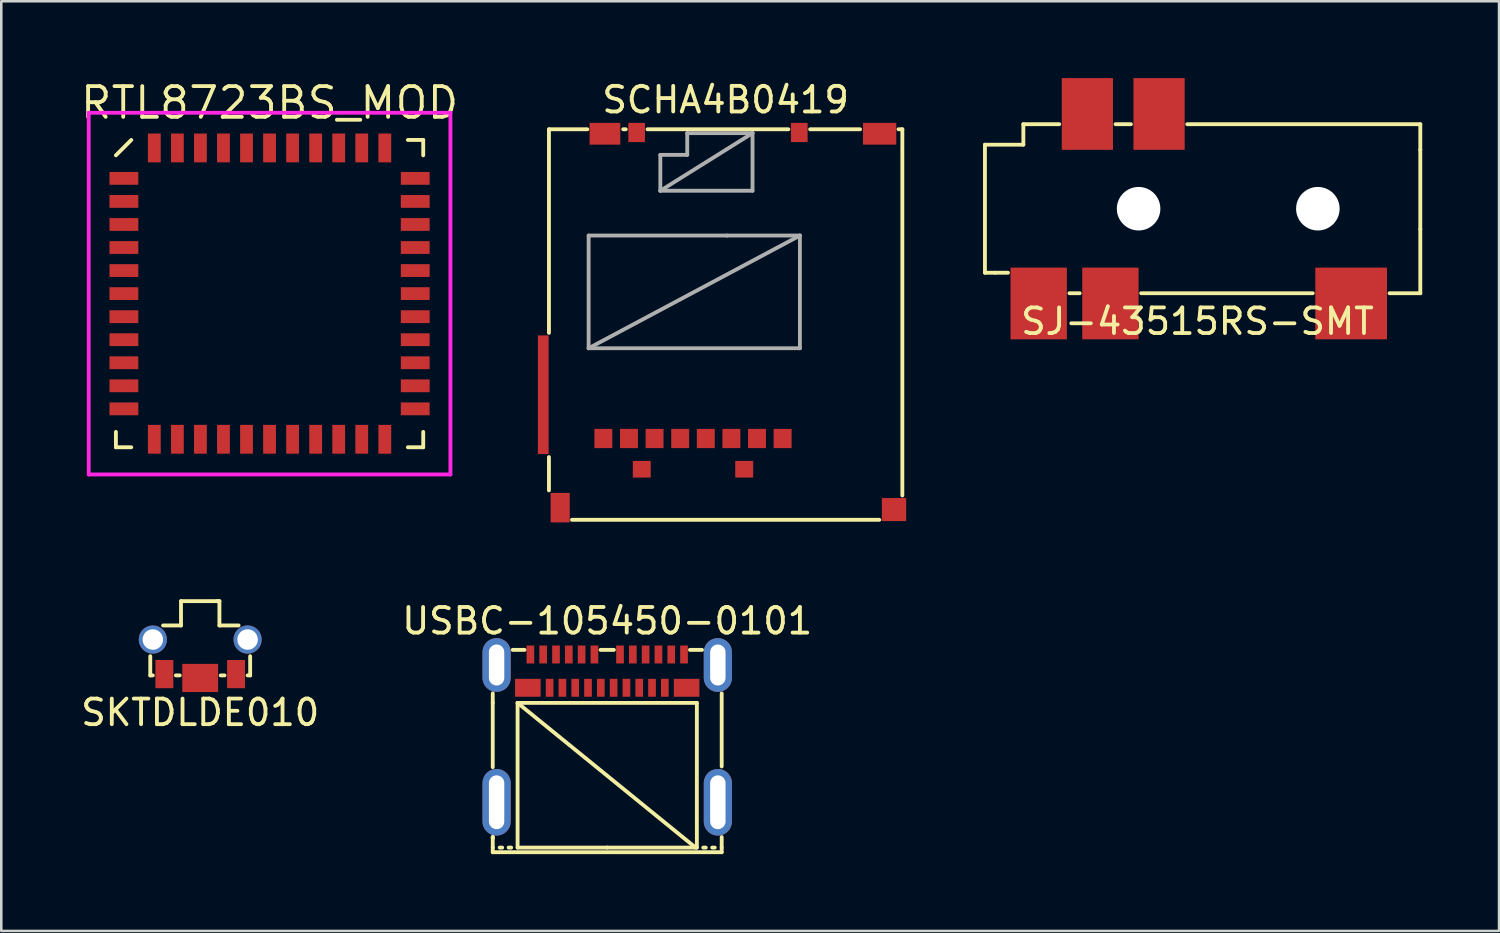
<source format=kicad_pcb>
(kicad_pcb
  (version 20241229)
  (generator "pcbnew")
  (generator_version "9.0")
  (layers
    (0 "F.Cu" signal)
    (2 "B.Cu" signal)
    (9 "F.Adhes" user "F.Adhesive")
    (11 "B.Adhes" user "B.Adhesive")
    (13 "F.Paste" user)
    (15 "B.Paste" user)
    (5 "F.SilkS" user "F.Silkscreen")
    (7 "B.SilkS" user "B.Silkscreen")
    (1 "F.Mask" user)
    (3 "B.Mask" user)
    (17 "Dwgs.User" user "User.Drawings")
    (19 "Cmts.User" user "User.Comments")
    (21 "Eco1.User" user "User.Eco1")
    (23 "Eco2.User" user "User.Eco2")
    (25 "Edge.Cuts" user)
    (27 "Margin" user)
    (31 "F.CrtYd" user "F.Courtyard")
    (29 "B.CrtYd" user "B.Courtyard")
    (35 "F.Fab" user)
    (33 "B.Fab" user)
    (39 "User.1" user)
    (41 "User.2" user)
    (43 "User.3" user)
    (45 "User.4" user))
  (footprint "SCHA4B0419"
    (layer "F.Cu")
    (at 25.285 1.998)
    (property "Reference" "SCHA4B0419" (at 0 -1.15 0) (layer "F.SilkS") (effects (font (size 1 1) (thickness 0.15))))
    (attr through_hole)
    (fp_line (start -6.9 0) (end -6.9 7.95) (stroke (width 0.15) (type solid)) (layer "F.SilkS"))
    (fp_line (start -6.9 12.8) (end -6.9 14.1) (stroke (width 0.15) (type solid)) (layer "F.SilkS"))
    (fp_line (start -6 15.25) (end 6 15.25) (stroke (width 0.15) (type solid)) (layer "F.SilkS"))
    (fp_line (start -5.4 0) (end -6.9 0) (stroke (width 0.15) (type solid)) (layer "F.SilkS"))
    (fp_line (start -3.9 0) (end -4 0) (stroke (width 0.15) (type solid)) (layer "F.SilkS"))
    (fp_line (start 2.45 0) (end -3.05 0) (stroke (width 0.15) (type solid)) (layer "F.SilkS"))
    (fp_line (start 5.25 0) (end 3.3 0) (stroke (width 0.15) (type solid)) (layer "F.SilkS"))
    (fp_line (start 6.9 0) (end 6.75 0) (stroke (width 0.15) (type solid)) (layer "F.SilkS"))
    (fp_line (start 6.9 14.3) (end 6.9 0) (stroke (width 0.15) (type solid)) (layer "F.SilkS"))
    (fp_line (start -5.35 4.15) (end -5.35 8.55) (stroke (width 0.15) (type solid)) (layer "F.Fab"))
    (fp_line (start -5.35 8.55) (end 2.9 4.15) (stroke (width 0.15) (type solid)) (layer "F.Fab"))
    (fp_line (start -5.35 8.55) (end 2.9 8.55) (stroke (width 0.15) (type solid)) (layer "F.Fab"))
    (fp_line (start -2.55 1) (end -1.5 1) (stroke (width 0.15) (type solid)) (layer "F.Fab"))
    (fp_line (start -2.55 2.4) (end -2.55 1) (stroke (width 0.15) (type solid)) (layer "F.Fab"))
    (fp_line (start -2.55 2.4) (end 1.05 0.15) (stroke (width 0.15) (type solid)) (layer "F.Fab"))
    (fp_line (start -1.5 0.15) (end 1.05 0.15) (stroke (width 0.15) (type solid)) (layer "F.Fab"))
    (fp_line (start -1.5 1) (end -1.5 0.15) (stroke (width 0.15) (type solid)) (layer "F.Fab"))
    (fp_line (start 0.05 4.15) (end -5.35 4.15) (stroke (width 0.15) (type solid)) (layer "F.Fab"))
    (fp_line (start 1.05 0.15) (end 1.05 2.4) (stroke (width 0.15) (type solid)) (layer "F.Fab"))
    (fp_line (start 1.05 2.4) (end -2.55 2.4) (stroke (width 0.15) (type solid)) (layer "F.Fab"))
    (fp_line (start 2.9 4.15) (end 0.05 4.15) (stroke (width 0.15) (type solid)) (layer "F.Fab"))
    (fp_line (start 2.9 8.55) (end 2.9 4.15) (stroke (width 0.15) (type solid)) (layer "F.Fab"))
    (pad "1" smd rect (at 2.225 12.075) (size 0.7 0.75) (layers "F.Cu" "F.Mask" "F.Paste"))
    (pad "2" smd rect (at 1.225 12.075) (size 0.7 0.75) (layers "F.Cu" "F.Mask" "F.Paste"))
    (pad "3" smd rect (at 0.225 12.075) (size 0.7 0.75) (layers "F.Cu" "F.Mask" "F.Paste"))
    (pad "4" smd rect (at -0.775 12.075) (size 0.7 0.75) (layers "F.Cu" "F.Mask" "F.Paste"))
    (pad "5" smd rect (at -1.775 12.075) (size 0.7 0.75) (layers "F.Cu" "F.Mask" "F.Paste"))
    (pad "6" smd rect (at -2.775 12.075) (size 0.7 0.75) (layers "F.Cu" "F.Mask" "F.Paste"))
    (pad "7" smd rect (at -3.775 12.075) (size 0.7 0.75) (layers "F.Cu" "F.Mask" "F.Paste"))
    (pad "8" smd rect (at -4.775 12.075) (size 0.7 0.75) (layers "F.Cu" "F.Mask" "F.Paste"))
    (pad "S" smd rect (at -7.122 10.365) (size 0.42 4.63) (layers "F.Cu" "F.Mask" "F.Paste"))
    (pad "S" smd rect (at -6.46 14.775) (size 0.745 1.15) (layers "F.Cu" "F.Mask" "F.Paste"))
    (pad "S" smd rect (at -4.713 0.175) (size 1.2 0.85) (layers "F.Cu" "F.Mask" "F.Paste"))
    (pad "S" smd rect (at -3.475 0.125) (size 0.65 0.75) (layers "F.Cu" "F.Mask" "F.Paste"))
    (pad "S" smd rect (at -3.275 13.275) (size 0.7 0.65) (layers "F.Cu" "F.Mask" "F.Paste"))
    (pad "S" smd rect (at 0.725 13.275) (size 0.7 0.65) (layers "F.Cu" "F.Mask" "F.Paste"))
    (pad "S" smd rect (at 6.013 0.175) (size 1.3 0.85) (layers "F.Cu" "F.Mask" "F.Paste"))
    (pad "S" smd rect (at 6.575 14.85) (size 0.95 0.9) (layers "F.Cu" "F.Mask" "F.Paste"))
    (pad "SW" smd rect (at 2.875 0.125) (size 0.65 0.75) (layers "F.Cu" "F.Mask" "F.Paste")))
  (footprint "RTL8723BS_MOD"
    (layer "F.Cu")
    (at 7.476 8.415)
    (property "Reference" "RTL8723BS_MOD" (at 0 -7.45 0) (layer "F.SilkS") (effects (font (size 1.2 1.2) (thickness 0.15))))
    (attr through_hole)
    (fp_line (start -6 -5.4) (end -5.4 -6) (stroke (width 0.15) (type solid)) (layer "F.SilkS"))
    (fp_line (start -6 6) (end -6 5.4) (stroke (width 0.15) (type solid)) (layer "F.SilkS"))
    (fp_line (start -5.4 6) (end -6 6) (stroke (width 0.15) (type solid)) (layer "F.SilkS"))
    (fp_line (start 5.4 -6) (end 6 -6) (stroke (width 0.15) (type solid)) (layer "F.SilkS"))
    (fp_line (start 5.4 6) (end 6 6) (stroke (width 0.15) (type solid)) (layer "F.SilkS"))
    (fp_line (start 6 -6) (end 6 -5.4) (stroke (width 0.15) (type solid)) (layer "F.SilkS"))
    (fp_line (start 6 6) (end 6 5.4) (stroke (width 0.15) (type solid)) (layer "F.SilkS"))
    (fp_line (start -7.062 -7.062) (end 7.062 -7.062) (stroke (width 0.15) (type solid)) (layer "F.CrtYd"))
    (fp_line (start -7.062 7.062) (end -7.062 -7.062) (stroke (width 0.15) (type solid)) (layer "F.CrtYd"))
    (fp_line (start 7.062 -7.062) (end 7.062 7.062) (stroke (width 0.15) (type solid)) (layer "F.CrtYd"))
    (fp_line (start 7.062 7.062) (end -7.062 7.062) (stroke (width 0.15) (type solid)) (layer "F.CrtYd"))
    (pad "1" smd rect (at -5.688 -4.5 90) (size 0.5 1.125) (layers "F.Cu" "F.Mask" "F.Paste"))
    (pad "2" smd rect (at -5.688 -3.6 90) (size 0.5 1.125) (layers "F.Cu" "F.Mask" "F.Paste"))
    (pad "3" smd rect (at -5.688 -2.7 90) (size 0.5 1.125) (layers "F.Cu" "F.Mask" "F.Paste"))
    (pad "4" smd rect (at -5.688 -1.8 90) (size 0.5 1.125) (layers "F.Cu" "F.Mask" "F.Paste"))
    (pad "5" smd rect (at -5.688 -0.9 90) (size 0.5 1.125) (layers "F.Cu" "F.Mask" "F.Paste"))
    (pad "6" smd rect (at -5.688 0 90) (size 0.5 1.125) (layers "F.Cu" "F.Mask" "F.Paste"))
    (pad "7" smd rect (at -5.688 0.9 90) (size 0.5 1.125) (layers "F.Cu" "F.Mask" "F.Paste"))
    (pad "8" smd rect (at -5.688 1.8 90) (size 0.5 1.125) (layers "F.Cu" "F.Mask" "F.Paste"))
    (pad "9" smd rect (at -5.688 2.7 90) (size 0.5 1.125) (layers "F.Cu" "F.Mask" "F.Paste"))
    (pad "10" smd rect (at -5.688 3.6 90) (size 0.5 1.125) (layers "F.Cu" "F.Mask" "F.Paste"))
    (pad "11" smd rect (at -5.688 4.5 90) (size 0.5 1.125) (layers "F.Cu" "F.Mask" "F.Paste"))
    (pad "12" smd rect (at -4.5 5.688) (size 0.5 1.125) (layers "F.Cu" "F.Mask" "F.Paste"))
    (pad "13" smd rect (at -3.6 5.688) (size 0.5 1.125) (layers "F.Cu" "F.Mask" "F.Paste"))
    (pad "14" smd rect (at -2.7 5.688) (size 0.5 1.125) (layers "F.Cu" "F.Mask" "F.Paste"))
    (pad "15" smd rect (at -1.8 5.688) (size 0.5 1.125) (layers "F.Cu" "F.Mask" "F.Paste"))
    (pad "16" smd rect (at -0.9 5.688) (size 0.5 1.125) (layers "F.Cu" "F.Mask" "F.Paste"))
    (pad "17" smd rect (at 0 5.688) (size 0.5 1.125) (layers "F.Cu" "F.Mask" "F.Paste"))
    (pad "18" smd rect (at 0.9 5.688) (size 0.5 1.125) (layers "F.Cu" "F.Mask" "F.Paste"))
    (pad "19" smd rect (at 1.8 5.688) (size 0.5 1.125) (layers "F.Cu" "F.Mask" "F.Paste"))
    (pad "20" smd rect (at 2.7 5.688) (size 0.5 1.125) (layers "F.Cu" "F.Mask" "F.Paste"))
    (pad "21" smd rect (at 3.6 5.688) (size 0.5 1.125) (layers "F.Cu" "F.Mask" "F.Paste"))
    (pad "22" smd rect (at 4.5 5.688) (size 0.5 1.125) (layers "F.Cu" "F.Mask" "F.Paste"))
    (pad "23" smd rect (at 5.688 4.5 90) (size 0.5 1.125) (layers "F.Cu" "F.Mask" "F.Paste"))
    (pad "24" smd rect (at 5.688 3.6 90) (size 0.5 1.125) (layers "F.Cu" "F.Mask" "F.Paste"))
    (pad "25" smd rect (at 5.688 2.7 90) (size 0.5 1.125) (layers "F.Cu" "F.Mask" "F.Paste"))
    (pad "26" smd rect (at 5.688 1.8 90) (size 0.5 1.125) (layers "F.Cu" "F.Mask" "F.Paste"))
    (pad "27" smd rect (at 5.688 0.9 90) (size 0.5 1.125) (layers "F.Cu" "F.Mask" "F.Paste"))
    (pad "28" smd rect (at 5.688 0 90) (size 0.5 1.125) (layers "F.Cu" "F.Mask" "F.Paste"))
    (pad "29" smd rect (at 5.688 -0.9 90) (size 0.5 1.125) (layers "F.Cu" "F.Mask" "F.Paste"))
    (pad "30" smd rect (at 5.688 -1.8 90) (size 0.5 1.125) (layers "F.Cu" "F.Mask" "F.Paste"))
    (pad "31" smd rect (at 5.688 -2.7 90) (size 0.5 1.125) (layers "F.Cu" "F.Mask" "F.Paste"))
    (pad "32" smd rect (at 5.688 -3.6 90) (size 0.5 1.125) (layers "F.Cu" "F.Mask" "F.Paste"))
    (pad "33" smd rect (at 5.688 -4.5 90) (size 0.5 1.125) (layers "F.Cu" "F.Mask" "F.Paste"))
    (pad "34" smd rect (at 4.5 -5.688) (size 0.5 1.125) (layers "F.Cu" "F.Mask" "F.Paste"))
    (pad "35" smd rect (at 3.6 -5.688) (size 0.5 1.125) (layers "F.Cu" "F.Mask" "F.Paste"))
    (pad "36" smd rect (at 2.7 -5.688) (size 0.5 1.125) (layers "F.Cu" "F.Mask" "F.Paste"))
    (pad "37" smd rect (at 1.8 -5.688) (size 0.5 1.125) (layers "F.Cu" "F.Mask" "F.Paste"))
    (pad "38" smd rect (at 0.9 -5.688) (size 0.5 1.125) (layers "F.Cu" "F.Mask" "F.Paste"))
    (pad "39" smd rect (at 0 -5.688) (size 0.5 1.125) (layers "F.Cu" "F.Mask" "F.Paste"))
    (pad "40" smd rect (at -0.9 -5.688) (size 0.5 1.125) (layers "F.Cu" "F.Mask" "F.Paste"))
    (pad "41" smd rect (at -1.8 -5.688) (size 0.5 1.125) (layers "F.Cu" "F.Mask" "F.Paste"))
    (pad "42" smd rect (at -2.7 -5.688) (size 0.5 1.125) (layers "F.Cu" "F.Mask" "F.Paste"))
    (pad "43" smd rect (at -3.6 -5.688) (size 0.5 1.125) (layers "F.Cu" "F.Mask" "F.Paste"))
    (pad "44" smd rect (at -4.5 -5.688) (size 0.5 1.125) (layers "F.Cu" "F.Mask" "F.Paste")))
  (footprint "USBC-105450-0101"
    (layer "F.Cu")
    (at 20.661 30.047)
    (property "Reference" "USBC-105450-0101" (at 0 -8.85 0) (layer "F.SilkS") (effects (font (size 1 1) (thickness 0.15))))
    (attr through_hole)
    (fp_line (start -4.47 -5.66) (end -4.47 -6.02) (stroke (width 0.15) (type solid)) (layer "F.SilkS"))
    (fp_line (start -4.47 -5.65) (end -4.47 -3.14) (stroke (width 0.15) (type solid)) (layer "F.SilkS"))
    (fp_line (start -4.47 -0.42) (end -4.47 -0.37) (stroke (width 0.15) (type solid)) (layer "F.SilkS"))
    (fp_line (start -4.47 -0.4) (end -4.47 -0.41) (stroke (width 0.15) (type solid)) (layer "F.SilkS"))
    (fp_line (start -4.47 -0.38) (end -4.47 0) (stroke (width 0.15) (type solid)) (layer "F.SilkS"))
    (fp_line (start -4.47 0.18) (end -4.47 0) (stroke (width 0.15) (type solid)) (layer "F.SilkS"))
    (fp_line (start -4.1 0) (end -4.2 0) (stroke (width 0.15) (type solid)) (layer "F.SilkS"))
    (fp_line (start -3.75 0) (end -3.85 0) (stroke (width 0.15) (type solid)) (layer "F.SilkS"))
    (fp_line (start -3.69 -7.72) (end -3.23 -7.72) (stroke (width 0.15) (type solid)) (layer "F.SilkS"))
    (fp_line (start -3.5 -5.65) (end 3.45 0) (stroke (width 0.15) (type solid)) (layer "F.SilkS"))
    (fp_line (start -3.5 -5.65) (end 3.5 -5.65) (stroke (width 0.15) (type solid)) (layer "F.SilkS"))
    (fp_line (start -3.5 0) (end -3.5 -5.65) (stroke (width 0.15) (type solid)) (layer "F.SilkS"))
    (fp_line (start 0 0) (end -3.5 0) (stroke (width 0.15) (type solid)) (layer "F.SilkS"))
    (fp_line (start 0.26 -7.72) (end -0.26 -7.72) (stroke (width 0.15) (type solid)) (layer "F.SilkS"))
    (fp_line (start 3.23 -7.72) (end 3.7 -7.72) (stroke (width 0.15) (type solid)) (layer "F.SilkS"))
    (fp_line (start 3.5 -5.65) (end 3.5 0) (stroke (width 0.15) (type solid)) (layer "F.SilkS"))
    (fp_line (start 3.5 0) (end 0 0) (stroke (width 0.15) (type solid)) (layer "F.SilkS"))
    (fp_line (start 3.75 0) (end 3.85 0) (stroke (width 0.15) (type solid)) (layer "F.SilkS"))
    (fp_line (start 4.1 0) (end 4.2 0) (stroke (width 0.15) (type solid)) (layer "F.SilkS"))
    (fp_line (start 4.47 -3.17) (end 4.47 -6.02) (stroke (width 0.15) (type solid)) (layer "F.SilkS"))
    (fp_line (start 4.47 0) (end 4.47 -0.41) (stroke (width 0.15) (type solid)) (layer "F.SilkS"))
    (fp_line (start 4.47 0) (end 4.47 0.18) (stroke (width 0.15) (type solid)) (layer "F.SilkS"))
    (fp_line (start 4.47 0.18) (end -4.47 0.18) (stroke (width 0.15) (type solid)) (layer "F.SilkS"))
    (pad "A1" smd rect (at -3 -7.54) (size 0.3 0.7) (layers "F.Cu" "F.Mask" "F.Paste"))
    (pad "A2" smd rect (at -2.5 -7.54) (size 0.3 0.7) (layers "F.Cu" "F.Mask" "F.Paste"))
    (pad "A3" smd rect (at -2 -7.54) (size 0.3 0.7) (layers "F.Cu" "F.Mask" "F.Paste"))
    (pad "A4" smd rect (at -1.5 -7.54) (size 0.3 0.7) (layers "F.Cu" "F.Mask" "F.Paste"))
    (pad "A5" smd rect (at -1 -7.54) (size 0.3 0.7) (layers "F.Cu" "F.Mask" "F.Paste"))
    (pad "A6" smd rect (at -0.5 -7.54) (size 0.3 0.7) (layers "F.Cu" "F.Mask" "F.Paste"))
    (pad "A7" smd rect (at 0.5 -7.54) (size 0.3 0.7) (layers "F.Cu" "F.Mask" "F.Paste"))
    (pad "A8" smd rect (at 1 -7.54) (size 0.3 0.7) (layers "F.Cu" "F.Mask" "F.Paste"))
    (pad "A9" smd rect (at 1.5 -7.54) (size 0.3 0.7) (layers "F.Cu" "F.Mask" "F.Paste"))
    (pad "A10" smd rect (at 2 -7.54) (size 0.3 0.7) (layers "F.Cu" "F.Mask" "F.Paste"))
    (pad "A11" smd rect (at 2.5 -7.54) (size 0.3 0.7) (layers "F.Cu" "F.Mask" "F.Paste"))
    (pad "A12" smd rect (at 3 -7.54) (size 0.3 0.7) (layers "F.Cu" "F.Mask" "F.Paste"))
    (pad "B1" smd rect (at 3.1 -6.24) (size 1 0.7) (layers "F.Cu" "F.Mask" "F.Paste"))
    (pad "B2" smd rect (at 2.25 -6.24) (size 0.3 0.7) (layers "F.Cu" "F.Mask" "F.Paste"))
    (pad "B3" smd rect (at 1.75 -6.24) (size 0.3 0.7) (layers "F.Cu" "F.Mask" "F.Paste"))
    (pad "B4" smd rect (at 1.25 -6.24) (size 0.3 0.7) (layers "F.Cu" "F.Mask" "F.Paste"))
    (pad "B5" smd rect (at 0.75 -6.24) (size 0.3 0.7) (layers "F.Cu" "F.Mask" "F.Paste"))
    (pad "B6" smd rect (at 0.25 -6.24) (size 0.3 0.7) (layers "F.Cu" "F.Mask" "F.Paste"))
    (pad "B7" smd rect (at -0.25 -6.24) (size 0.3 0.7) (layers "F.Cu" "F.Mask" "F.Paste"))
    (pad "B8" smd rect (at -0.75 -6.24) (size 0.3 0.7) (layers "F.Cu" "F.Mask" "F.Paste"))
    (pad "B9" smd rect (at -1.25 -6.24) (size 0.3 0.7) (layers "F.Cu" "F.Mask" "F.Paste"))
    (pad "B10" smd rect (at -1.75 -6.24) (size 0.3 0.7) (layers "F.Cu" "F.Mask" "F.Paste"))
    (pad "B11" smd rect (at -2.25 -6.24) (size 0.3 0.7) (layers "F.Cu" "F.Mask" "F.Paste"))
    (pad "B12" smd rect (at -3.1 -6.24) (size 1 0.7) (layers "F.Cu" "F.Mask" "F.Paste"))
    (pad "S" thru_hole oval (at -4.32 -7.13) (size 1.1 2.1) (drill oval 0.6 1.6) (layers "*.Cu" "*.Mask"))
    (pad "S" thru_hole oval (at -4.32 -1.77) (size 1.1 2.6) (drill oval 0.6 2.1) (layers "*.Cu" "*.Mask"))
    (pad "S" thru_hole oval (at 4.32 -7.13) (size 1.1 2.1) (drill oval 0.6 1.6) (layers "*.Cu" "*.Mask"))
    (pad "S" thru_hole oval (at 4.32 -1.77) (size 1.1 2.6) (drill oval 0.6 2.1) (layers "*.Cu" "*.Mask")))
  (footprint "SJ-43515RS-SMT"
    (layer "F.Cu")
    (at 36.91 5.1)
    (property "Reference" "SJ-43515RS-SMT" (at 6.8 4.4 0) (layer "F.SilkS") (effects (font (size 1 1) (thickness 0.15))))
    (attr through_hole)
    (fp_line (start -1.5 -2.5) (end 0 -2.5) (stroke (width 0.15) (type solid)) (layer "F.SilkS"))
    (fp_line (start -1.5 2.5) (end -1.5 -2.5) (stroke (width 0.15) (type solid)) (layer "F.SilkS"))
    (fp_line (start -1.1 2.5) (end -1.5 2.5) (stroke (width 0.15) (type solid)) (layer "F.SilkS"))
    (fp_line (start -0.6 2.5) (end -1.1 2.5) (stroke (width 0.15) (type solid)) (layer "F.SilkS"))
    (fp_line (start 0 -3.3) (end 1.4 -3.3) (stroke (width 0.15) (type solid)) (layer "F.SilkS"))
    (fp_line (start 0 -2.5) (end 0 -3.3) (stroke (width 0.15) (type solid)) (layer "F.SilkS"))
    (fp_line (start 2.2 3.3) (end 1.8 3.3) (stroke (width 0.15) (type solid)) (layer "F.SilkS"))
    (fp_line (start 3.6 -3.3) (end 4.2 -3.3) (stroke (width 0.15) (type solid)) (layer "F.SilkS"))
    (fp_line (start 6.4 -3.3) (end 15.5 -3.3) (stroke (width 0.15) (type solid)) (layer "F.SilkS"))
    (fp_line (start 11.3 3.3) (end 4.6 3.3) (stroke (width 0.15) (type solid)) (layer "F.SilkS"))
    (fp_line (start 15.5 -3.3) (end 15.5 -2.3) (stroke (width 0.15) (type solid)) (layer "F.SilkS"))
    (fp_line (start 15.5 0.8) (end 15.5 -2.3) (stroke (width 0.15) (type solid)) (layer "F.SilkS"))
    (fp_line (start 15.5 0.8) (end 15.5 3.3) (stroke (width 0.15) (type solid)) (layer "F.SilkS"))
    (fp_line (start 15.5 3.3) (end 14.3 3.3) (stroke (width 0.15) (type solid)) (layer "F.SilkS"))
    (pad "" np_thru_hole circle (at 4.5 0) (size 1.7 1.7) (drill 1.7) (layers "*.Cu" "*.Mask"))
    (pad "" np_thru_hole circle (at 11.5 0) (size 1.7 1.7) (drill 1.7) (layers "*.Cu" "*.Mask"))
    (pad "1" smd rect (at 0.6 3.7) (size 2.2 2.8) (layers "F.Cu" "F.Mask" "F.Paste"))
    (pad "2" smd rect (at 12.8 3.7) (size 2.8 2.8) (layers "F.Cu" "F.Mask" "F.Paste"))
    (pad "3" smd rect (at 5.3 -3.7) (size 2 2.8) (layers "F.Cu" "F.Mask" "F.Paste"))
    (pad "4" smd rect (at 3.4 3.7) (size 2.2 2.8) (layers "F.Cu" "F.Mask" "F.Paste"))
    (pad "6" smd rect (at 2.5 -3.7) (size 2 2.8) (layers "F.Cu" "F.Mask" "F.Paste")))
  (footprint "SKTDLDE010"
    (layer "F.Cu")
    (at 4.768 21.923)
    (property "Reference" "SKTDLDE010" (at 0 2.85 0) (layer "F.SilkS") (effects (font (size 1 1) (thickness 0.15))))
    (attr through_hole)
    (fp_line (start -1.95 1.4) (end -1.95 0.65) (stroke (width 0.15) (type solid)) (layer "F.SilkS"))
    (fp_line (start -1.85 1.4) (end -1.95 1.4) (stroke (width 0.15) (type solid)) (layer "F.SilkS"))
    (fp_line (start -0.95 1.4) (end -0.8 1.4) (stroke (width 0.15) (type solid)) (layer "F.SilkS"))
    (fp_line (start -0.75 -1.5) (end 0.7 -1.5) (stroke (width 0.15) (type solid)) (layer "F.SilkS"))
    (fp_line (start -0.75 -0.55) (end -1.45 -0.55) (stroke (width 0.15) (type solid)) (layer "F.SilkS"))
    (fp_line (start -0.75 -0.55) (end -0.75 -1.5) (stroke (width 0.15) (type solid)) (layer "F.SilkS"))
    (fp_line (start 0.75 -1.5) (end 0.65 -1.5) (stroke (width 0.15) (type solid)) (layer "F.SilkS"))
    (fp_line (start 0.75 -0.55) (end 0.75 -1.5) (stroke (width 0.15) (type solid)) (layer "F.SilkS"))
    (fp_line (start 0.75 -0.55) (end 1.5 -0.55) (stroke (width 0.15) (type solid)) (layer "F.SilkS"))
    (fp_line (start 0.8 1.4) (end 0.95 1.4) (stroke (width 0.15) (type solid)) (layer "F.SilkS"))
    (fp_line (start 1.95 0.65) (end 1.95 1.4) (stroke (width 0.15) (type solid)) (layer "F.SilkS"))
    (fp_line (start 1.95 1.4) (end 1.85 1.4) (stroke (width 0.15) (type solid)) (layer "F.SilkS"))
    (pad "1" smd rect (at 1.4 1.35) (size 0.7 1.1) (layers "F.Cu" "F.Mask" "F.Paste"))
    (pad "2" smd rect (at -1.4 1.35) (size 0.7 1.1) (layers "F.Cu" "F.Mask" "F.Paste"))
    (pad "S" thru_hole circle (at -1.85 0) (size 1.1 1.1) (drill 0.8) (layers "*.Cu" "*.Mask"))
    (pad "S" smd rect (at 0 1.5) (size 1.4 1.1) (layers "F.Cu" "F.Mask" "F.Paste"))
    (pad "S" thru_hole circle (at 1.85 0) (size 1.1 1.1) (drill 0.8) (layers "*.Cu" "*.Mask")))
  (gr_rect
    (start -3 -3)
    (end 55.485 33.301)
    (stroke (width 0.1) (type default))
    (fill no)
    (layer "Edge.Cuts")))
</source>
